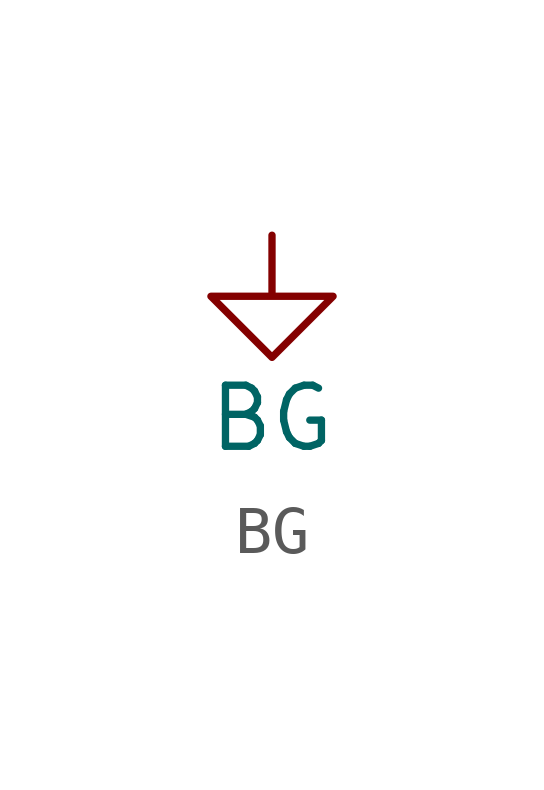
<source format=kicad_sym>
(kicad_symbol_lib
  (version 20220914)
  (generator kicad_symbol_editor)
  (symbol "BG"
    (power)
    (pin_names
      (offset 0))
    (property "Reference" "#PWR"
      (at 0 -6.35 0)
      (effects (font (size 1.27 1.27)) hide))
    (property "Value" "BG"
      (at 0 -3.81 0)
      (effects (font (size 1.27 1.27))))
    (symbol "BG_0_1"
      (polyline (pts (xy 0 0) (xy 0 -1.27) (xy 1.27 -1.27) (xy 0 -2.54) (xy -1.27 -1.27) (xy 0 -1.27)) (stroke (width 0) (type solid)) (fill (type none))))
    (symbol "BG_1_1"
      (pin power_in line (at 0 0 270) (length 0) hide (name "GNDA" (effects (font (size 1.27 1.27)))) (number "1" (effects (font (size 1.27 1.27))))))))
</source>
